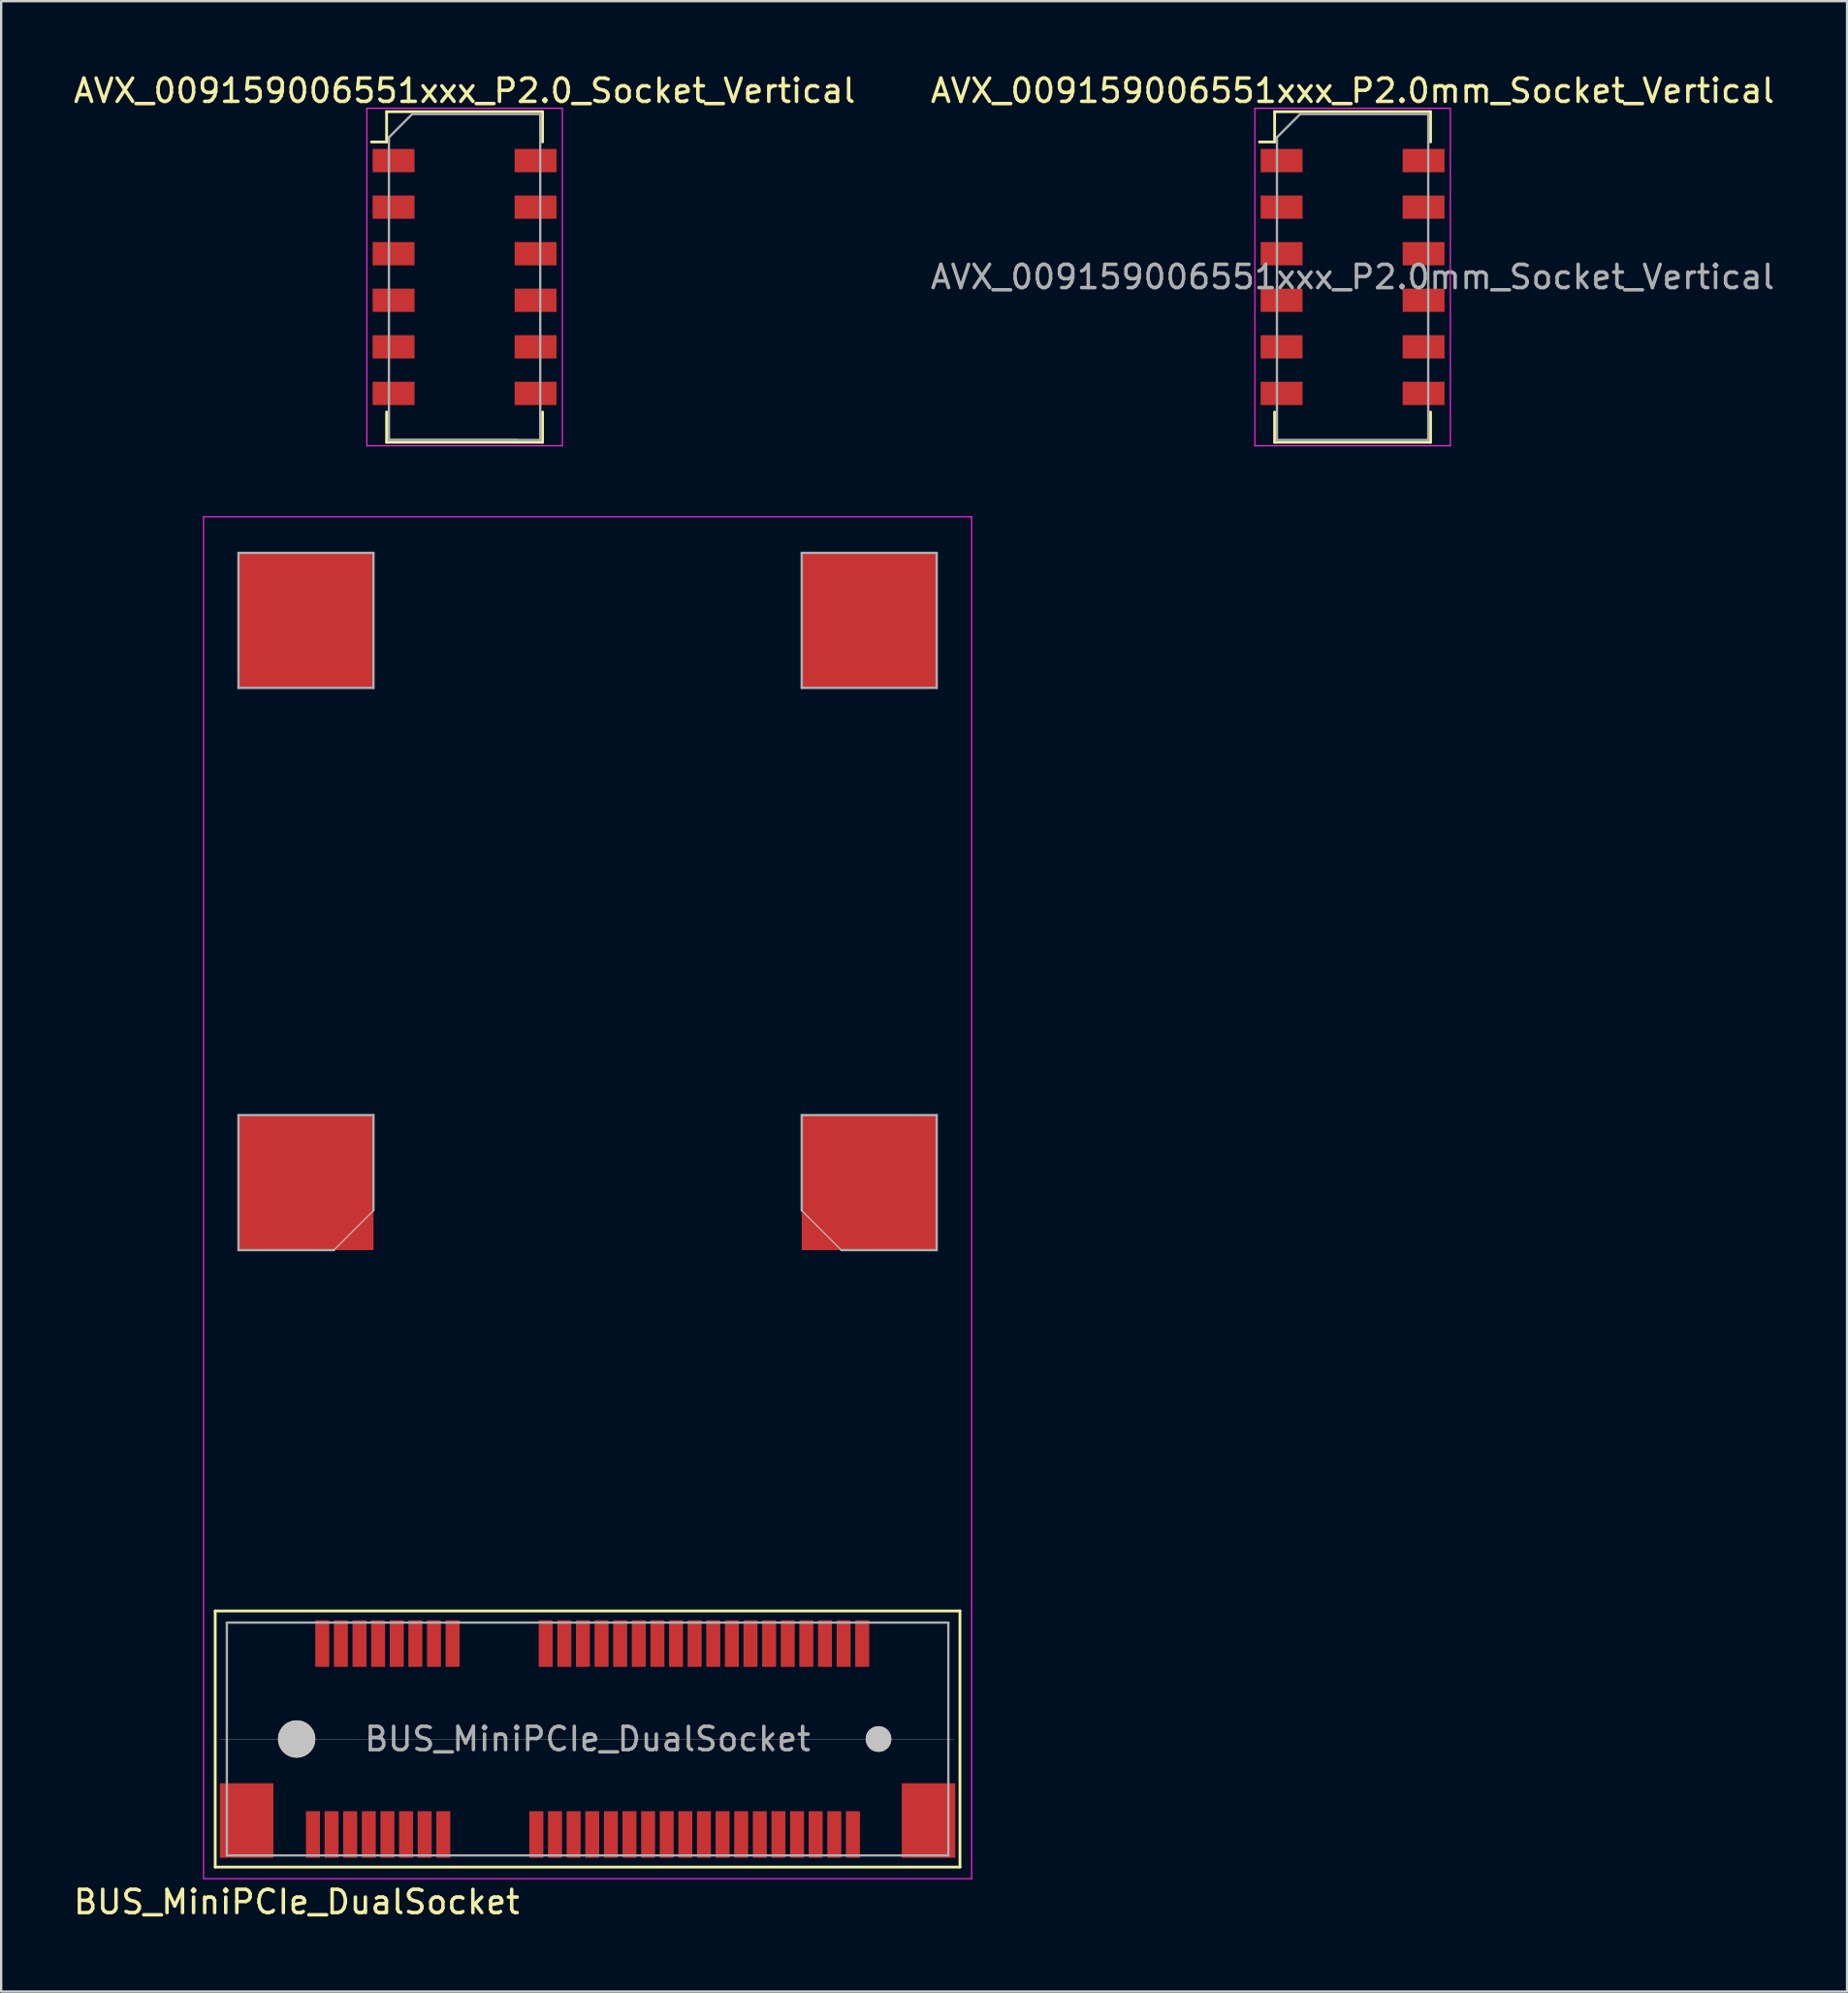
<source format=kicad_pcb>
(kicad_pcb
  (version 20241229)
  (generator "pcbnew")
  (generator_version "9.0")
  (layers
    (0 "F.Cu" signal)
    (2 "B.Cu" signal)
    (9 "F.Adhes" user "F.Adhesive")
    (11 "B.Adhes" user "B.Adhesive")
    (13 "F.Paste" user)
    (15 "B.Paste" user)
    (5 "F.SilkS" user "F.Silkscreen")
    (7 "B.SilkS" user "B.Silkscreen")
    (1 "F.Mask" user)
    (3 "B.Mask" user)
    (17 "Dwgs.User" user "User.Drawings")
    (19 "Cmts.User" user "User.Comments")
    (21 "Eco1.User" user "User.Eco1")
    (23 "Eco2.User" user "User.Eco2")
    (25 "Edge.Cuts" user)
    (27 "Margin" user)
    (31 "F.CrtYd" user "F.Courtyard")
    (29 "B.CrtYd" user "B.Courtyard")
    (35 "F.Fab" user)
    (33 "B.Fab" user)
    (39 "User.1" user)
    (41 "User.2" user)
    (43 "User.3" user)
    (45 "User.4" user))
  (footprint "AVX_009159006551xxx_P2.0mm_Socket_Vertical"
    (layer "F.Cu")
    (at 55.065 8.848)
    (property "Reference" "AVX_009159006551xxx_P2.0mm_Socket_Vertical" (at 0 -8 0) (layer "F.SilkS") (effects (font (size 1 1) (thickness 0.15))))
    (attr smd)
    (fp_line (start -4 -5.8) (end -3.35 -5.8) (stroke (width 0.12) (type solid)) (layer "F.SilkS"))
    (fp_line (start -3.35 -7.1) (end -3.35 -5.8) (stroke (width 0.12) (type solid)) (layer "F.SilkS"))
    (fp_line (start -3.35 -7.1) (end 3.35 -7.1) (stroke (width 0.12) (type solid)) (layer "F.SilkS"))
    (fp_line (start -3.35 7.1) (end -3.35 5.8) (stroke (width 0.12) (type solid)) (layer "F.SilkS"))
    (fp_line (start 3.35 -7.1) (end 3.35 -5.8) (stroke (width 0.12) (type solid)) (layer "F.SilkS"))
    (fp_line (start 3.35 7.1) (end -3.35 7.1) (stroke (width 0.12) (type solid)) (layer "F.SilkS"))
    (fp_line (start 3.35 7.1) (end 3.35 5.8) (stroke (width 0.12) (type solid)) (layer "F.SilkS"))
    (fp_line (start -4.2 -7.25) (end 4.2 -7.25) (stroke (width 0.05) (type solid)) (layer "F.CrtYd"))
    (fp_line (start -4.2 7.25) (end -4.2 -7.25) (stroke (width 0.05) (type solid)) (layer "F.CrtYd"))
    (fp_line (start 4.2 -7.25) (end 4.2 7.25) (stroke (width 0.05) (type solid)) (layer "F.CrtYd"))
    (fp_line (start 4.2 7.25) (end -4.2 7.25) (stroke (width 0.05) (type solid)) (layer "F.CrtYd"))
    (fp_line (start -3.25 -6) (end -2.25 -7) (stroke (width 0.1) (type solid)) (layer "F.Fab"))
    (fp_line (start -3.25 7) (end -3.25 -6) (stroke (width 0.1) (type solid)) (layer "F.Fab"))
    (fp_line (start -2.25 -7) (end 3.25 -7) (stroke (width 0.1) (type solid)) (layer "F.Fab"))
    (fp_line (start 3.25 -7) (end 3.25 7) (stroke (width 0.1) (type solid)) (layer "F.Fab"))
    (fp_line (start 3.25 7) (end -3.25 7) (stroke (width 0.1) (type solid)) (layer "F.Fab"))
    (fp_text user "${REFERENCE}" (at 0 0 0) (layer "F.Fab") (effects (font (size 1 1) (thickness 0.15))))
    (pad "1" smd rect (at -3.05 -5 270) (size 1 1.8) (layers "F.Cu" "F.Mask" "F.Paste"))
    (pad "1" smd rect (at 3.05 -5 270) (size 1 1.8) (layers "F.Cu" "F.Mask" "F.Paste"))
    (pad "2" smd rect (at -3.05 -3 270) (size 1 1.8) (layers "F.Cu" "F.Mask" "F.Paste"))
    (pad "2" smd rect (at 3.05 -3 270) (size 1 1.8) (layers "F.Cu" "F.Mask" "F.Paste"))
    (pad "3" smd rect (at -3.05 -1 270) (size 1 1.8) (layers "F.Cu" "F.Mask" "F.Paste"))
    (pad "3" smd rect (at 3.05 -1 270) (size 1 1.8) (layers "F.Cu" "F.Mask" "F.Paste"))
    (pad "4" smd rect (at -3.05 1 270) (size 1 1.8) (layers "F.Cu" "F.Mask" "F.Paste"))
    (pad "4" smd rect (at 3.05 1 270) (size 1 1.8) (layers "F.Cu" "F.Mask" "F.Paste"))
    (pad "5" smd rect (at -3.05 3 270) (size 1 1.8) (layers "F.Cu" "F.Mask" "F.Paste"))
    (pad "5" smd rect (at 3.05 3 270) (size 1 1.8) (layers "F.Cu" "F.Mask" "F.Paste"))
    (pad "6" smd rect (at -3.05 5 270) (size 1 1.8) (layers "F.Cu" "F.Mask" "F.Paste"))
    (pad "6" smd rect (at 3.05 5 270) (size 1 1.8) (layers "F.Cu" "F.Mask" "F.Paste")))
  (footprint "BUS_MiniPCIe_DualSocket"
    (layer "F.Cu")
    (at 22.196 71.648)
    (property "Reference" "BUS_MiniPCIe_DualSocket" (at -12.5 7 180) (layer "F.SilkS") (effects (font (size 1 1) (thickness 0.15))))
    (attr smd)
    (fp_line (start -16 -5.5) (end -16 5.5) (stroke (width 0.12) (type solid)) (layer "F.SilkS"))
    (fp_line (start -16 5.5) (end 16 5.5) (stroke (width 0.12) (type solid)) (layer "F.SilkS"))
    (fp_line (start 16 -5.5) (end -16 -5.5) (stroke (width 0.12) (type solid)) (layer "F.SilkS"))
    (fp_line (start 16 5.5) (end 16 -5.5) (stroke (width 0.12) (type solid)) (layer "F.SilkS"))
    (fp_line (start -15.8 0) (end 15.725 0) (stroke (width 0.01) (type solid)) (layer "Dwgs.User"))
    (fp_line (start -9.2 -22.7) (end -10.9 -21) (stroke (width 0.05) (type solid)) (layer "Dwgs.User"))
    (fp_line (start 9.2 -22.7) (end 10.9 -21) (stroke (width 0.05) (type solid)) (layer "Dwgs.User"))
    (fp_line (start -16.5 -52.5) (end 16.5 -52.5) (stroke (width 0.05) (type solid)) (layer "F.CrtYd"))
    (fp_line (start -16.5 6) (end -16.5 -52.5) (stroke (width 0.05) (type solid)) (layer "F.CrtYd"))
    (fp_line (start 16.5 -52.5) (end 16.5 6) (stroke (width 0.05) (type solid)) (layer "F.CrtYd"))
    (fp_line (start 16.5 6) (end -16.5 6) (stroke (width 0.05) (type solid)) (layer "F.CrtYd"))
    (fp_line (start -15.5 -5) (end -15.5 5) (stroke (width 0.1) (type solid)) (layer "F.Fab"))
    (fp_line (start -15.5 5) (end 15.5 5) (stroke (width 0.1) (type solid)) (layer "F.Fab"))
    (fp_line (start -15 -50.95) (end -15 -45.15) (stroke (width 0.1) (type solid)) (layer "F.Fab"))
    (fp_line (start -15 -50.95) (end -9.2 -50.95) (stroke (width 0.1) (type solid)) (layer "F.Fab"))
    (fp_line (start -15 -45.15) (end -9.2 -45.15) (stroke (width 0.1) (type solid)) (layer "F.Fab"))
    (fp_line (start -15 -26.8) (end -15 -21) (stroke (width 0.1) (type solid)) (layer "F.Fab"))
    (fp_line (start -15 -21) (end -10.9 -21) (stroke (width 0.1) (type solid)) (layer "F.Fab"))
    (fp_line (start -9.2 -50.95) (end -9.2 -45.15) (stroke (width 0.1) (type solid)) (layer "F.Fab"))
    (fp_line (start -9.2 -26.8) (end -15 -26.8) (stroke (width 0.1) (type solid)) (layer "F.Fab"))
    (fp_line (start -9.2 -22.7) (end -9.2 -26.8) (stroke (width 0.1) (type solid)) (layer "F.Fab"))
    (fp_line (start 9.2 -50.95) (end 9.2 -45.15) (stroke (width 0.1) (type solid)) (layer "F.Fab"))
    (fp_line (start 9.2 -50.95) (end 15 -50.95) (stroke (width 0.1) (type solid)) (layer "F.Fab"))
    (fp_line (start 9.2 -45.15) (end 15 -45.15) (stroke (width 0.1) (type solid)) (layer "F.Fab"))
    (fp_line (start 9.2 -26.8) (end 15 -26.8) (stroke (width 0.1) (type solid)) (layer "F.Fab"))
    (fp_line (start 9.2 -22.7) (end 9.2 -26.8) (stroke (width 0.1) (type solid)) (layer "F.Fab"))
    (fp_line (start 15 -50.95) (end 15 -45.15) (stroke (width 0.1) (type solid)) (layer "F.Fab"))
    (fp_line (start 15 -26.8) (end 15 -21) (stroke (width 0.1) (type solid)) (layer "F.Fab"))
    (fp_line (start 15 -21) (end 10.9 -21) (stroke (width 0.1) (type solid)) (layer "F.Fab"))
    (fp_line (start 15.5 -5) (end -15.5 -5) (stroke (width 0.1) (type solid)) (layer "F.Fab"))
    (fp_line (start 15.5 5) (end 15.5 -5) (stroke (width 0.1) (type solid)) (layer "F.Fab"))
    (fp_text user "${REFERENCE}" (at 0 0 0) (layer "F.Fab") (effects (font (size 1 1) (thickness 0.15))))
    (pad "" smd rect (at -14.65 3.5) (size 2.3 3.2) (layers "F.Cu" "F.Mask" "F.Paste"))
    (pad "" connect circle (at -12.5 0) (size 1.6 1.6) (layers "F.SilkS" "Dwgs.User"))
    (pad "" connect rect (at -12.1 -48.05) (size 5.8 5.8) (layers "F.Cu"))
    (pad "" connect rect (at -12.1 -23.9) (size 5.8 5.8) (layers "F.Cu"))
    (pad "" connect rect (at 12.1 -48.05) (size 5.8 5.8) (layers "F.Cu"))
    (pad "" connect rect (at 12.1 -23.9) (size 5.8 5.8) (layers "F.Cu"))
    (pad "" connect circle (at 12.5 0) (size 1.1 1.1) (layers "F.SilkS" "Dwgs.User"))
    (pad "" smd rect (at 14.65 3.5) (size 2.3 3.2) (layers "F.Cu" "F.Mask" "F.Paste"))
    (pad "1" smd rect (at -11.8 4.1) (size 0.6 2) (layers "F.Cu" "F.Mask" "F.Paste"))
    (pad "2" smd rect (at -11.4 -4.1) (size 0.6 2) (layers "F.Cu" "F.Mask" "F.Paste"))
    (pad "3" smd rect (at -11 4.1) (size 0.6 2) (layers "F.Cu" "F.Mask" "F.Paste"))
    (pad "4" smd rect (at -10.6 -4.1) (size 0.6 2) (layers "F.Cu" "F.Mask" "F.Paste"))
    (pad "5" smd rect (at -10.2 4.1) (size 0.6 2) (layers "F.Cu" "F.Mask" "F.Paste"))
    (pad "6" smd rect (at -9.8 -4.1) (size 0.6 2) (layers "F.Cu" "F.Mask" "F.Paste"))
    (pad "7" smd rect (at -9.4 4.1) (size 0.6 2) (layers "F.Cu" "F.Mask" "F.Paste"))
    (pad "8" smd rect (at -9 -4.1) (size 0.6 2) (layers "F.Cu" "F.Mask" "F.Paste"))
    (pad "9" smd rect (at -8.6 4.1) (size 0.6 2) (layers "F.Cu" "F.Mask" "F.Paste"))
    (pad "10" smd rect (at -8.2 -4.1) (size 0.6 2) (layers "F.Cu" "F.Mask" "F.Paste"))
    (pad "11" smd rect (at -7.8 4.1) (size 0.6 2) (layers "F.Cu" "F.Mask" "F.Paste"))
    (pad "12" smd rect (at -7.4 -4.1) (size 0.6 2) (layers "F.Cu" "F.Mask" "F.Paste"))
    (pad "13" smd rect (at -7 4.1) (size 0.6 2) (layers "F.Cu" "F.Mask" "F.Paste"))
    (pad "14" smd rect (at -6.6 -4.1) (size 0.6 2) (layers "F.Cu" "F.Mask" "F.Paste"))
    (pad "15" smd rect (at -6.2 4.1) (size 0.6 2) (layers "F.Cu" "F.Mask" "F.Paste"))
    (pad "16" smd rect (at -5.8 -4.1) (size 0.6 2) (layers "F.Cu" "F.Mask" "F.Paste"))
    (pad "17" smd rect (at -2.2 4.1) (size 0.6 2) (layers "F.Cu" "F.Mask" "F.Paste"))
    (pad "18" smd rect (at -1.8 -4.1) (size 0.6 2) (layers "F.Cu" "F.Mask" "F.Paste"))
    (pad "19" smd rect (at -1.4 4.1) (size 0.6 2) (layers "F.Cu" "F.Mask" "F.Paste"))
    (pad "20" smd rect (at -1 -4.1) (size 0.6 2) (layers "F.Cu" "F.Mask" "F.Paste"))
    (pad "21" smd rect (at -0.6 4.1) (size 0.6 2) (layers "F.Cu" "F.Mask" "F.Paste"))
    (pad "22" smd rect (at -0.2 -4.1) (size 0.6 2) (layers "F.Cu" "F.Mask" "F.Paste"))
    (pad "23" smd rect (at 0.2 4.1) (size 0.6 2) (layers "F.Cu" "F.Mask" "F.Paste"))
    (pad "24" smd rect (at 0.6 -4.1) (size 0.6 2) (layers "F.Cu" "F.Mask" "F.Paste"))
    (pad "25" smd rect (at 1 4.1) (size 0.6 2) (layers "F.Cu" "F.Mask" "F.Paste"))
    (pad "26" smd rect (at 1.4 -4.1) (size 0.6 2) (layers "F.Cu" "F.Mask" "F.Paste"))
    (pad "27" smd rect (at 1.8 4.1) (size 0.6 2) (layers "F.Cu" "F.Mask" "F.Paste"))
    (pad "28" smd rect (at 2.2 -4.1) (size 0.6 2) (layers "F.Cu" "F.Mask" "F.Paste"))
    (pad "29" smd rect (at 2.6 4.1) (size 0.6 2) (layers "F.Cu" "F.Mask" "F.Paste"))
    (pad "30" smd rect (at 3 -4.1) (size 0.6 2) (layers "F.Cu" "F.Mask" "F.Paste"))
    (pad "31" smd rect (at 3.4 4.1) (size 0.6 2) (layers "F.Cu" "F.Mask" "F.Paste"))
    (pad "32" smd rect (at 3.8 -4.1) (size 0.6 2) (layers "F.Cu" "F.Mask" "F.Paste"))
    (pad "33" smd rect (at 4.2 4.1) (size 0.6 2) (layers "F.Cu" "F.Mask" "F.Paste"))
    (pad "34" smd rect (at 4.6 -4.1) (size 0.6 2) (layers "F.Cu" "F.Mask" "F.Paste"))
    (pad "35" smd rect (at 5 4.1) (size 0.6 2) (layers "F.Cu" "F.Mask" "F.Paste"))
    (pad "36" smd rect (at 5.4 -4.1) (size 0.6 2) (layers "F.Cu" "F.Mask" "F.Paste"))
    (pad "37" smd rect (at 5.8 4.1) (size 0.6 2) (layers "F.Cu" "F.Mask" "F.Paste"))
    (pad "38" smd rect (at 6.2 -4.1) (size 0.6 2) (layers "F.Cu" "F.Mask" "F.Paste"))
    (pad "39" smd rect (at 6.6 4.1) (size 0.6 2) (layers "F.Cu" "F.Mask" "F.Paste"))
    (pad "40" smd rect (at 7 -4.1) (size 0.6 2) (layers "F.Cu" "F.Mask" "F.Paste"))
    (pad "41" smd rect (at 7.4 4.1) (size 0.6 2) (layers "F.Cu" "F.Mask" "F.Paste"))
    (pad "42" smd rect (at 7.8 -4.1) (size 0.6 2) (layers "F.Cu" "F.Mask" "F.Paste"))
    (pad "43" smd rect (at 8.2 4.1) (size 0.6 2) (layers "F.Cu" "F.Mask" "F.Paste"))
    (pad "44" smd rect (at 8.6 -4.1) (size 0.6 2) (layers "F.Cu" "F.Mask" "F.Paste"))
    (pad "45" smd rect (at 9 4.1) (size 0.6 2) (layers "F.Cu" "F.Mask" "F.Paste"))
    (pad "46" smd rect (at 9.4 -4.1) (size 0.6 2) (layers "F.Cu" "F.Mask" "F.Paste"))
    (pad "47" smd rect (at 9.8 4.1) (size 0.6 2) (layers "F.Cu" "F.Mask" "F.Paste"))
    (pad "48" smd rect (at 10.2 -4.1) (size 0.6 2) (layers "F.Cu" "F.Mask" "F.Paste"))
    (pad "49" smd rect (at 10.6 4.1) (size 0.6 2) (layers "F.Cu" "F.Mask" "F.Paste"))
    (pad "50" smd rect (at 11 -4.1) (size 0.6 2) (layers "F.Cu" "F.Mask" "F.Paste"))
    (pad "51" smd rect (at 11.4 4.1) (size 0.6 2) (layers "F.Cu" "F.Mask" "F.Paste"))
    (pad "52" smd rect (at 11.8 -4.1) (size 0.6 2) (layers "F.Cu" "F.Mask" "F.Paste")))
  (footprint "AVX_009159006551xxx_P2.0_Socket_Vertical"
    (layer "F.Cu")
    (at 16.911 8.848)
    (property "Reference" "AVX_009159006551xxx_P2.0_Socket_Vertical" (at 0 -8 0) (layer "F.SilkS") (effects (font (size 1 1) (thickness 0.15))))
    (attr smd)
    (fp_line (start -4 -5.8) (end -3.35 -5.8) (stroke (width 0.12) (type solid)) (layer "F.SilkS"))
    (fp_line (start -3.35 -7.1) (end -3.35 -5.8) (stroke (width 0.12) (type solid)) (layer "F.SilkS"))
    (fp_line (start -3.35 -7.1) (end 3.35 -7.1) (stroke (width 0.12) (type solid)) (layer "F.SilkS"))
    (fp_line (start -3.35 7.1) (end -3.35 5.8) (stroke (width 0.12) (type solid)) (layer "F.SilkS"))
    (fp_line (start 3.35 -7.1) (end 3.35 -5.8) (stroke (width 0.12) (type solid)) (layer "F.SilkS"))
    (fp_line (start 3.35 7.1) (end -3.35 7.1) (stroke (width 0.12) (type solid)) (layer "F.SilkS"))
    (fp_line (start 3.35 7.1) (end 3.35 5.8) (stroke (width 0.12) (type solid)) (layer "F.SilkS"))
    (fp_line (start -4.2 -7.25) (end 4.2 -7.25) (stroke (width 0.05) (type solid)) (layer "F.CrtYd"))
    (fp_line (start -4.2 7.25) (end -4.2 -7.25) (stroke (width 0.05) (type solid)) (layer "F.CrtYd"))
    (fp_line (start 4.2 -7.25) (end 4.2 7.25) (stroke (width 0.05) (type solid)) (layer "F.CrtYd"))
    (fp_line (start 4.2 7.25) (end -4.2 7.25) (stroke (width 0.05) (type solid)) (layer "F.CrtYd"))
    (fp_line (start -3.25 -6) (end -2.25 -7) (stroke (width 0.1) (type solid)) (layer "F.Fab"))
    (fp_line (start -3.25 7) (end -3.25 -6) (stroke (width 0.1) (type solid)) (layer "F.Fab"))
    (fp_line (start -2.25 -7) (end 3.25 -7) (stroke (width 0.1) (type solid)) (layer "F.Fab"))
    (fp_line (start 2.25 7) (end -3.25 7) (stroke (width 0.1) (type solid)) (layer "F.Fab"))
    (fp_line (start 3.25 -7) (end 3.25 7) (stroke (width 0.1) (type solid)) (layer "F.Fab"))
    (fp_line (start 3.25 7) (end -3.25 7) (stroke (width 0.1) (type solid)) (layer "F.Fab"))
    (pad "1" smd rect (at -3.05 -5 270) (size 1 1.8) (layers "F.Cu" "F.Mask" "F.Paste"))
    (pad "1" smd rect (at 3.05 -5 270) (size 1 1.8) (layers "F.Cu" "F.Mask" "F.Paste"))
    (pad "2" smd rect (at -3.05 -3 270) (size 1 1.8) (layers "F.Cu" "F.Mask" "F.Paste"))
    (pad "2" smd rect (at 3.05 -3 270) (size 1 1.8) (layers "F.Cu" "F.Mask" "F.Paste"))
    (pad "3" smd rect (at -3.05 -1 270) (size 1 1.8) (layers "F.Cu" "F.Mask" "F.Paste"))
    (pad "3" smd rect (at 3.05 -1 270) (size 1 1.8) (layers "F.Cu" "F.Mask" "F.Paste"))
    (pad "4" smd rect (at -3.05 1 270) (size 1 1.8) (layers "F.Cu" "F.Mask" "F.Paste"))
    (pad "4" smd rect (at 3.05 1 270) (size 1 1.8) (layers "F.Cu" "F.Mask" "F.Paste"))
    (pad "5" smd rect (at -3.05 3 270) (size 1 1.8) (layers "F.Cu" "F.Mask" "F.Paste"))
    (pad "5" smd rect (at 3.05 3 270) (size 1 1.8) (layers "F.Cu" "F.Mask" "F.Paste"))
    (pad "6" smd rect (at -3.05 5 270) (size 1 1.8) (layers "F.Cu" "F.Mask" "F.Paste"))
    (pad "6" smd rect (at 3.05 5 270) (size 1 1.8) (layers "F.Cu" "F.Mask" "F.Paste")))
  (gr_rect
    (start -3 -3)
    (end 76.31 82.496)
    (stroke (width 0.1) (type default))
    (fill no)
    (layer "Edge.Cuts")))
</source>
